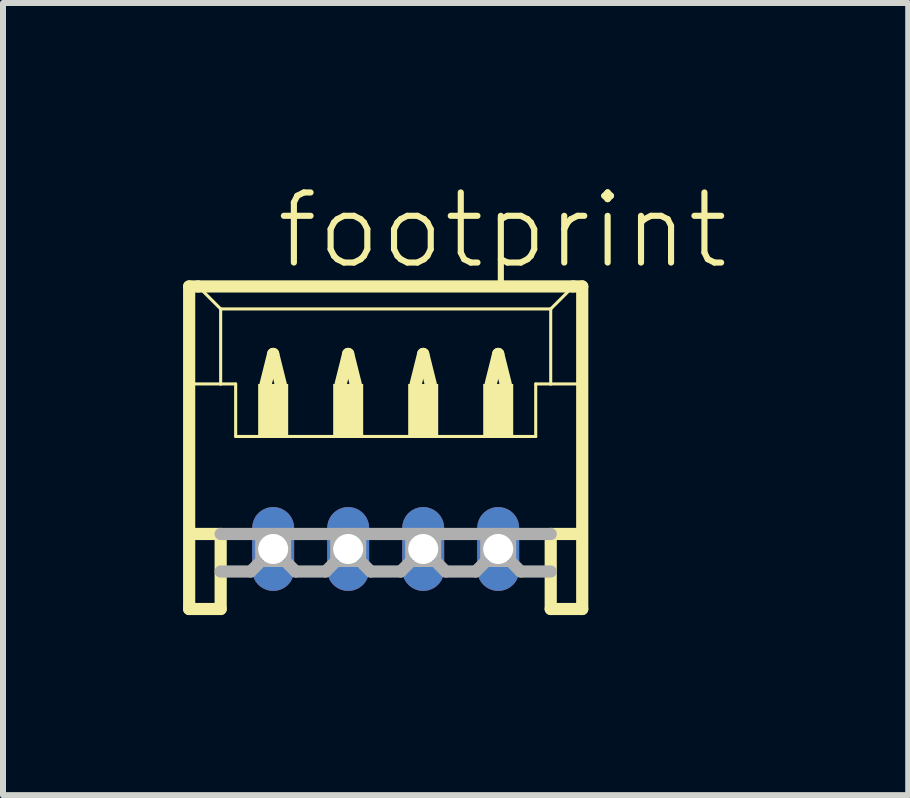
<source format=kicad_pcb>
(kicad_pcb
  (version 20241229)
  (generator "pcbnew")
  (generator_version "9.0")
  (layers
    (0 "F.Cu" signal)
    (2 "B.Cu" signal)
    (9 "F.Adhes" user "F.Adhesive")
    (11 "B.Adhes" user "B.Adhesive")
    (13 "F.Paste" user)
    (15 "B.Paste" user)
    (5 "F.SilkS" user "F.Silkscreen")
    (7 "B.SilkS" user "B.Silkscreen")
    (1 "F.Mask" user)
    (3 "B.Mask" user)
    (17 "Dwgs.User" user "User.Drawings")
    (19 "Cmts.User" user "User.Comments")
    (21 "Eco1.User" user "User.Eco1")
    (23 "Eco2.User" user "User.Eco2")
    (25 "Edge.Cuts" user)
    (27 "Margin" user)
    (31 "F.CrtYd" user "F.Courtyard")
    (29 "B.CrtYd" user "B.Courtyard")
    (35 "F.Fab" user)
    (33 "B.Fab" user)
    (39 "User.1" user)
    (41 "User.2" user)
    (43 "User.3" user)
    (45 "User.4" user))
  (footprint "footprint"
    (layer "F.Cu")
    (at 3.377 4.848)
    (property "Reference" "footprint" (at -1.875 -3.375 0) (layer "F.SilkS") (effects (font (size 1.168 1.168) (thickness 0.102)) (justify left bottom)))
    (fp_line (start -3.275 -3.125) (end -3.275 2.25) (stroke (width 0.203) (type solid)) (layer "F.SilkS"))
    (fp_line (start -3.275 2.25) (end -2.75 2.25) (stroke (width 0.203) (type solid)) (layer "F.SilkS"))
    (fp_line (start -3.25 -1.5) (end -2.75 -1.5) (stroke (width 0.051) (type solid)) (layer "F.SilkS"))
    (fp_line (start -3.25 1) (end -2.75 1) (stroke (width 0.203) (type solid)) (layer "F.SilkS"))
    (fp_line (start -3.125 -3.125) (end -3.275 -3.125) (stroke (width 0.203) (type solid)) (layer "F.SilkS"))
    (fp_line (start -2.75 -2.75) (end -3.125 -3.125) (stroke (width 0.051) (type solid)) (layer "F.SilkS"))
    (fp_line (start -2.75 -2.75) (end 2.75 -2.75) (stroke (width 0.051) (type solid)) (layer "F.SilkS"))
    (fp_line (start -2.75 -1.5) (end -2.75 -2.75) (stroke (width 0.051) (type solid)) (layer "F.SilkS"))
    (fp_line (start -2.75 -1.5) (end -2.5 -1.5) (stroke (width 0.051) (type solid)) (layer "F.SilkS"))
    (fp_line (start -2.75 1) (end -2.75 2.25) (stroke (width 0.203) (type solid)) (layer "F.SilkS"))
    (fp_line (start -2.5 -1.5) (end -2.5 -0.625) (stroke (width 0.051) (type solid)) (layer "F.SilkS"))
    (fp_line (start -2.5 -0.625) (end 2.5 -0.625) (stroke (width 0.051) (type solid)) (layer "F.SilkS"))
    (fp_line (start -2 -1.5) (end -1.875 -2) (stroke (width 0.203) (type solid)) (layer "F.SilkS"))
    (fp_line (start -1.875 -2) (end -1.75 -1.5) (stroke (width 0.203) (type solid)) (layer "F.SilkS"))
    (fp_line (start -0.75 -1.5) (end -0.625 -2) (stroke (width 0.203) (type solid)) (layer "F.SilkS"))
    (fp_line (start -0.625 -2) (end -0.5 -1.5) (stroke (width 0.203) (type solid)) (layer "F.SilkS"))
    (fp_line (start 0.5 -1.5) (end 0.625 -2) (stroke (width 0.203) (type solid)) (layer "F.SilkS"))
    (fp_line (start 0.625 -2) (end 0.75 -1.5) (stroke (width 0.203) (type solid)) (layer "F.SilkS"))
    (fp_line (start 1.75 -1.5) (end 1.875 -2) (stroke (width 0.203) (type solid)) (layer "F.SilkS"))
    (fp_line (start 1.875 -2) (end 2 -1.5) (stroke (width 0.203) (type solid)) (layer "F.SilkS"))
    (fp_line (start 2.5 -1.5) (end 2.5 -0.625) (stroke (width 0.051) (type solid)) (layer "F.SilkS"))
    (fp_line (start 2.5 -1.5) (end 2.75 -1.5) (stroke (width 0.051) (type solid)) (layer "F.SilkS"))
    (fp_line (start 2.75 -2.75) (end 2.75 -1.5) (stroke (width 0.051) (type solid)) (layer "F.SilkS"))
    (fp_line (start 2.75 -2.75) (end 3.125 -3.125) (stroke (width 0.051) (type solid)) (layer "F.SilkS"))
    (fp_line (start 2.75 -1.5) (end 3.25 -1.5) (stroke (width 0.051) (type solid)) (layer "F.SilkS"))
    (fp_line (start 2.75 1) (end 2.75 2.25) (stroke (width 0.203) (type solid)) (layer "F.SilkS"))
    (fp_line (start 2.75 1) (end 3.25 1) (stroke (width 0.203) (type solid)) (layer "F.SilkS"))
    (fp_line (start 2.75 2.25) (end 3.275 2.25) (stroke (width 0.203) (type solid)) (layer "F.SilkS"))
    (fp_line (start 3.125 -3.125) (end -3.125 -3.125) (stroke (width 0.203) (type solid)) (layer "F.SilkS"))
    (fp_line (start 3.275 -3.125) (end 3.125 -3.125) (stroke (width 0.203) (type solid)) (layer "F.SilkS"))
    (fp_line (start 3.275 2.25) (end 3.275 -3.125) (stroke (width 0.203) (type solid)) (layer "F.SilkS"))
    (fp_poly (pts (xy -2.125 -0.625) (xy -1.625 -0.625) (xy -1.625 -1.5) (xy -2.125 -1.5)) (stroke (width 0) (type solid)) (fill yes) (layer "F.SilkS"))
    (fp_poly (pts (xy -0.875 -0.625) (xy -0.375 -0.625) (xy -0.375 -1.5) (xy -0.875 -1.5)) (stroke (width 0) (type solid)) (fill yes) (layer "F.SilkS"))
    (fp_poly (pts (xy 0.375 -0.625) (xy 0.875 -0.625) (xy 0.875 -1.5) (xy 0.375 -1.5)) (stroke (width 0) (type solid)) (fill yes) (layer "F.SilkS"))
    (fp_poly (pts (xy 1.625 -0.625) (xy 2.125 -0.625) (xy 2.125 -1.5) (xy 1.625 -1.5)) (stroke (width 0) (type solid)) (fill yes) (layer "F.SilkS"))
    (fp_line (start -2.75 1) (end 2.75 1) (stroke (width 0.203) (type solid)) (layer "F.Fab"))
    (fp_line (start -2.25 1.625) (end -2.75 1.625) (stroke (width 0.203) (type solid)) (layer "F.Fab"))
    (fp_line (start -2.125 1.5) (end -2.25 1.625) (stroke (width 0.203) (type solid)) (layer "F.Fab"))
    (fp_line (start -1.625 1.5) (end -1.5 1.625) (stroke (width 0.203) (type solid)) (layer "F.Fab"))
    (fp_line (start -1 1.625) (end -1.5 1.625) (stroke (width 0.203) (type solid)) (layer "F.Fab"))
    (fp_line (start -0.875 1.5) (end -1 1.625) (stroke (width 0.203) (type solid)) (layer "F.Fab"))
    (fp_line (start -0.375 1.5) (end -0.25 1.625) (stroke (width 0.203) (type solid)) (layer "F.Fab"))
    (fp_line (start 0.25 1.625) (end -0.25 1.625) (stroke (width 0.203) (type solid)) (layer "F.Fab"))
    (fp_line (start 0.375 1.5) (end 0.25 1.625) (stroke (width 0.203) (type solid)) (layer "F.Fab"))
    (fp_line (start 0.875 1.5) (end 1 1.625) (stroke (width 0.203) (type solid)) (layer "F.Fab"))
    (fp_line (start 1.5 1.625) (end 1 1.625) (stroke (width 0.203) (type solid)) (layer "F.Fab"))
    (fp_line (start 1.625 1.5) (end 1.5 1.625) (stroke (width 0.203) (type solid)) (layer "F.Fab"))
    (fp_line (start 2.125 1.5) (end 2.25 1.625) (stroke (width 0.203) (type solid)) (layer "F.Fab"))
    (fp_line (start 2.75 1.625) (end 2.25 1.625) (stroke (width 0.203) (type solid)) (layer "F.Fab"))
    (fp_poly (pts (xy -2.125 1.5) (xy -1.625 1.5) (xy -1.625 1) (xy -2.125 1)) (stroke (width 0.1) (type solid)) (fill no) (layer "F.Fab"))
    (fp_poly (pts (xy -0.875 1.5) (xy -0.375 1.5) (xy -0.375 1) (xy -0.875 1)) (stroke (width 0.1) (type solid)) (fill no) (layer "F.Fab"))
    (fp_poly (pts (xy 0.375 1.5) (xy 0.875 1.5) (xy 0.875 1) (xy 0.375 1)) (stroke (width 0.1) (type solid)) (fill no) (layer "F.Fab"))
    (fp_poly (pts (xy 1.625 1.5) (xy 2.125 1.5) (xy 2.125 1) (xy 1.625 1)) (stroke (width 0.1) (type solid)) (fill no) (layer "F.Fab"))
    (pad "1" thru_hole oval (at 1.875 1.25 90) (size 1.397 0.698) (drill 0.5) (layers "*.Cu" "*.Mask"))
    (pad "2" thru_hole oval (at 0.625 1.25 90) (size 1.397 0.698) (drill 0.5) (layers "*.Cu" "*.Mask"))
    (pad "3" thru_hole oval (at -0.625 1.25 90) (size 1.397 0.698) (drill 0.5) (layers "*.Cu" "*.Mask"))
    (pad "4" thru_hole oval (at -1.875 1.25 90) (size 1.397 0.698) (drill 0.5) (layers "*.Cu" "*.Mask")))
  (gr_rect
    (start -3 -3)
    (end 12.084 10.2)
    (stroke (width 0.1) (type default))
    (fill no)
    (layer "Edge.Cuts")))
</source>
